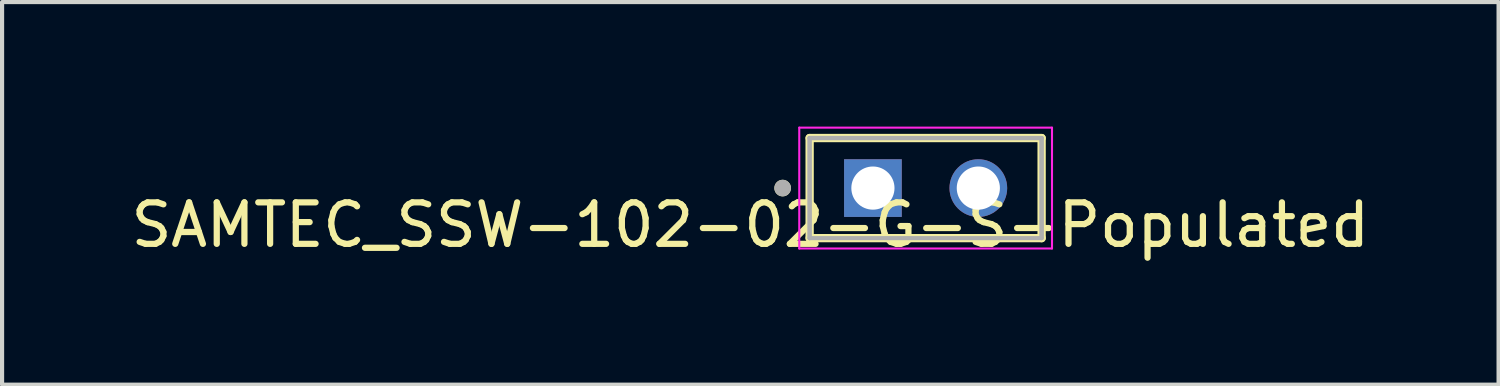
<source format=kicad_pcb>
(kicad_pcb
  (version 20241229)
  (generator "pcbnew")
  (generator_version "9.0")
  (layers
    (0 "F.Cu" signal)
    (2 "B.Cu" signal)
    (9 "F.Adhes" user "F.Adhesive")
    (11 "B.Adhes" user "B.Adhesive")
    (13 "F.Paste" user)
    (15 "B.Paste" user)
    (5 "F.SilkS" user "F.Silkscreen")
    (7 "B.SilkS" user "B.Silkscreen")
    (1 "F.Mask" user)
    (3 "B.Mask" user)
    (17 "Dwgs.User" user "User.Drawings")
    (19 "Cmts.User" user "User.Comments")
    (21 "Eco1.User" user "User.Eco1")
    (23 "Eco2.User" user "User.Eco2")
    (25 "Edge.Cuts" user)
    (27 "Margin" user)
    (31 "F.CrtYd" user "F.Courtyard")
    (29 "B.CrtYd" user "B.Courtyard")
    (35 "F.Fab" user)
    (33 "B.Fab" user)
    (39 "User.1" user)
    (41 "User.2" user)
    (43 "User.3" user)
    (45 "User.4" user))
  (footprint "SAMTEC_SSW-102-02-G-S-Populated"
    (layer "F.Cu")
    (at 17.984 1.482)
    (property "Reference" "SAMTEC_SSW-102-02-G-S-Populated" (at -2.954 0.889 0) (layer "F.SilkS") (effects (font (size 1 1) (thickness 0.15))))
    (attr through_hole)
    (fp_line (start -1.525 1.206) (end -1.525 -1.206) (stroke (width 0.2) (type solid)) (layer "F.SilkS"))
    (fp_line (start 4.065 -1.206) (end -1.525 -1.206) (stroke (width 0.2) (type solid)) (layer "F.SilkS"))
    (fp_line (start 4.065 -1.206) (end 4.065 1.206) (stroke (width 0.2) (type solid)) (layer "F.SilkS"))
    (fp_line (start 4.065 1.206) (end -1.525 1.206) (stroke (width 0.2) (type solid)) (layer "F.SilkS"))
    (fp_circle (center -2.175 0) (end -2.075 0) (stroke (width 0.2) (type solid)) (fill no) (layer "F.SilkS"))
    (fp_line (start -1.775 -1.456) (end 4.315 -1.456) (stroke (width 0.05) (type solid)) (layer "F.CrtYd"))
    (fp_line (start -1.775 1.456) (end -1.775 -1.456) (stroke (width 0.05) (type solid)) (layer "F.CrtYd"))
    (fp_line (start 4.315 -1.456) (end 4.315 1.456) (stroke (width 0.05) (type solid)) (layer "F.CrtYd"))
    (fp_line (start 4.315 1.456) (end -1.775 1.456) (stroke (width 0.05) (type solid)) (layer "F.CrtYd"))
    (fp_line (start -1.525 -1.206) (end 4.065 -1.206) (stroke (width 0.1) (type solid)) (layer "F.Fab"))
    (fp_line (start -1.525 -1.206) (end 4.065 -1.206) (stroke (width 0.1) (type solid)) (layer "F.Fab"))
    (fp_line (start -1.525 1.206) (end -1.525 -1.206) (stroke (width 0.1) (type solid)) (layer "F.Fab"))
    (fp_line (start -1.525 1.206) (end -1.525 -1.206) (stroke (width 0.1) (type solid)) (layer "F.Fab"))
    (fp_line (start 4.065 -1.206) (end 4.065 1.206) (stroke (width 0.1) (type solid)) (layer "F.Fab"))
    (fp_line (start 4.065 -1.206) (end 4.065 1.206) (stroke (width 0.1) (type solid)) (layer "F.Fab"))
    (fp_line (start 4.065 1.206) (end -1.525 1.206) (stroke (width 0.1) (type solid)) (layer "F.Fab"))
    (fp_circle (center -2.175 0) (end -2.075 0) (stroke (width 0.2) (type solid)) (fill no) (layer "F.Fab"))
    (pad "01" thru_hole rect (at 0 0) (size 1.39 1.39) (drill 1.04) (layers "*.Cu" "*.Mask"))
    (pad "02" thru_hole circle (at 2.54 0) (size 1.39 1.39) (drill 1.04) (layers "*.Cu" "*.Mask")))
  (gr_rect
    (start -3 -3)
    (end 33.06 6.219)
    (stroke (width 0.1) (type default))
    (fill no)
    (layer "Edge.Cuts")))
</source>
